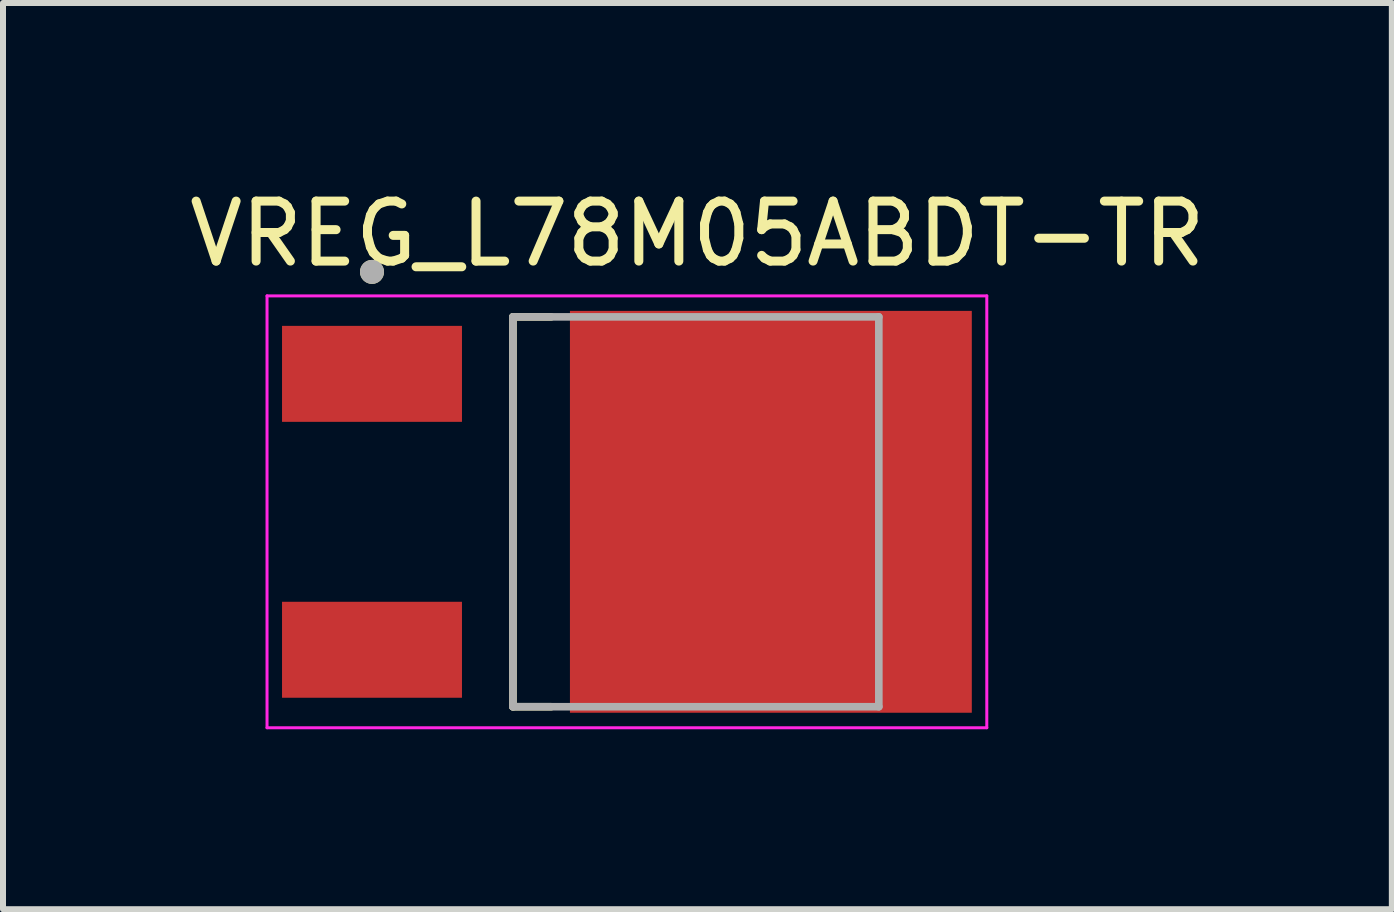
<source format=kicad_pcb>
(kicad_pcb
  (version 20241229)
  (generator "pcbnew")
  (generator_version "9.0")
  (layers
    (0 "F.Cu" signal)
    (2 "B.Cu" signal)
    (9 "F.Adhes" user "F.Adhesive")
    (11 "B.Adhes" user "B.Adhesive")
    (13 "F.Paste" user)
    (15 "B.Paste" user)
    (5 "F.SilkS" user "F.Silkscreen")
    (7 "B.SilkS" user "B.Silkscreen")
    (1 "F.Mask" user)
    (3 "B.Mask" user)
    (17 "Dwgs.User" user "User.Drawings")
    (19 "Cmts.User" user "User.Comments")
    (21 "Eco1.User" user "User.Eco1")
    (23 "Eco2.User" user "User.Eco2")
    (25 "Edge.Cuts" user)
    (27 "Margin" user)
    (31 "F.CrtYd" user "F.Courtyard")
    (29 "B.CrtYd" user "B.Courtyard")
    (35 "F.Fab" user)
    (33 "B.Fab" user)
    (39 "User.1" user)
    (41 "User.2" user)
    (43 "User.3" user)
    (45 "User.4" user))
  (footprint "VREG_L78M05ABDT-TR"
    (layer "F.Cu")
    (at 7.402 5.483)
    (property "Reference" "VREG_L78M05ABDT-TR" (at 1.175 -4.635 0) (layer "F.SilkS") (effects (font (size 1 1) (thickness 0.15))))
    (attr through_hole)
    (fp_line (start -1.9 -3.25) (end -1.9 3.25) (stroke (width 0.127) (type solid)) (layer "F.SilkS"))
    (fp_line (start -1.9 3.25) (end -1.264 3.25) (stroke (width 0.127) (type solid)) (layer "F.SilkS"))
    (fp_line (start -1.264 -3.25) (end -1.9 -3.25) (stroke (width 0.127) (type solid)) (layer "F.SilkS"))
    (fp_circle (center -4.25 -4) (end -4.15 -4) (stroke (width 0.2) (type solid)) (fill no) (layer "F.SilkS"))
    (fp_poly (pts (xy -0.62 -3.02) (xy 0.96 -3.02) (xy 0.96 -1.44) (xy -0.62 -1.44)) (stroke (width 0.01) (type solid)) (fill yes) (layer "F.Paste"))
    (fp_poly (pts (xy -0.62 -0.79) (xy 0.96 -0.79) (xy 0.96 0.79) (xy -0.62 0.79)) (stroke (width 0.01) (type solid)) (fill yes) (layer "F.Paste"))
    (fp_poly (pts (xy -0.62 1.44) (xy 0.96 1.44) (xy 0.96 3.02) (xy -0.62 3.02)) (stroke (width 0.01) (type solid)) (fill yes) (layer "F.Paste"))
    (fp_poly (pts (xy 1.61 -3.02) (xy 3.19 -3.02) (xy 3.19 -1.44) (xy 1.61 -1.44)) (stroke (width 0.01) (type solid)) (fill yes) (layer "F.Paste"))
    (fp_poly (pts (xy 1.61 -0.79) (xy 3.19 -0.79) (xy 3.19 0.79) (xy 1.61 0.79)) (stroke (width 0.01) (type solid)) (fill yes) (layer "F.Paste"))
    (fp_poly (pts (xy 1.61 1.44) (xy 3.19 1.44) (xy 3.19 3.02) (xy 1.61 3.02)) (stroke (width 0.01) (type solid)) (fill yes) (layer "F.Paste"))
    (fp_poly (pts (xy 3.84 -3.02) (xy 5.42 -3.02) (xy 5.42 -1.44) (xy 3.84 -1.44)) (stroke (width 0.01) (type solid)) (fill yes) (layer "F.Paste"))
    (fp_poly (pts (xy 3.84 -0.79) (xy 5.42 -0.79) (xy 5.42 0.79) (xy 3.84 0.79)) (stroke (width 0.01) (type solid)) (fill yes) (layer "F.Paste"))
    (fp_poly (pts (xy 3.84 1.44) (xy 5.42 1.44) (xy 5.42 3.02) (xy 3.84 3.02)) (stroke (width 0.01) (type solid)) (fill yes) (layer "F.Paste"))
    (fp_line (start -6 -3.6) (end -6 3.6) (stroke (width 0.05) (type solid)) (layer "F.CrtYd"))
    (fp_line (start -6 3.6) (end 6 3.6) (stroke (width 0.05) (type solid)) (layer "F.CrtYd"))
    (fp_line (start 6 -3.6) (end -6 -3.6) (stroke (width 0.05) (type solid)) (layer "F.CrtYd"))
    (fp_line (start 6 3.6) (end 6 -3.6) (stroke (width 0.05) (type solid)) (layer "F.CrtYd"))
    (fp_line (start -1.9 -3.25) (end 4.2 -3.25) (stroke (width 0.127) (type solid)) (layer "F.Fab"))
    (fp_line (start -1.9 3.25) (end -1.9 -3.25) (stroke (width 0.127) (type solid)) (layer "F.Fab"))
    (fp_line (start 4.2 -3.25) (end 4.2 3.25) (stroke (width 0.127) (type solid)) (layer "F.Fab"))
    (fp_line (start 4.2 3.25) (end -1.9 3.25) (stroke (width 0.127) (type solid)) (layer "F.Fab"))
    (fp_circle (center -4.25 -4) (end -4.15 -4) (stroke (width 0.2) (type solid)) (fill no) (layer "F.Fab"))
    (pad "1" smd rect (at -4.25 -2.3) (size 3 1.6) (layers "F.Cu" "F.Mask" "F.Paste"))
    (pad "2" smd rect (at 2.4 0) (size 6.7 6.7) (layers "F.Cu" "F.Mask"))
    (pad "3" smd rect (at -4.25 2.3) (size 3 1.6) (layers "F.Cu" "F.Mask" "F.Paste")))
  (gr_rect
    (start -3 -3)
    (end 20.155 12.108)
    (stroke (width 0.1) (type default))
    (fill no)
    (layer "Edge.Cuts")))
</source>
